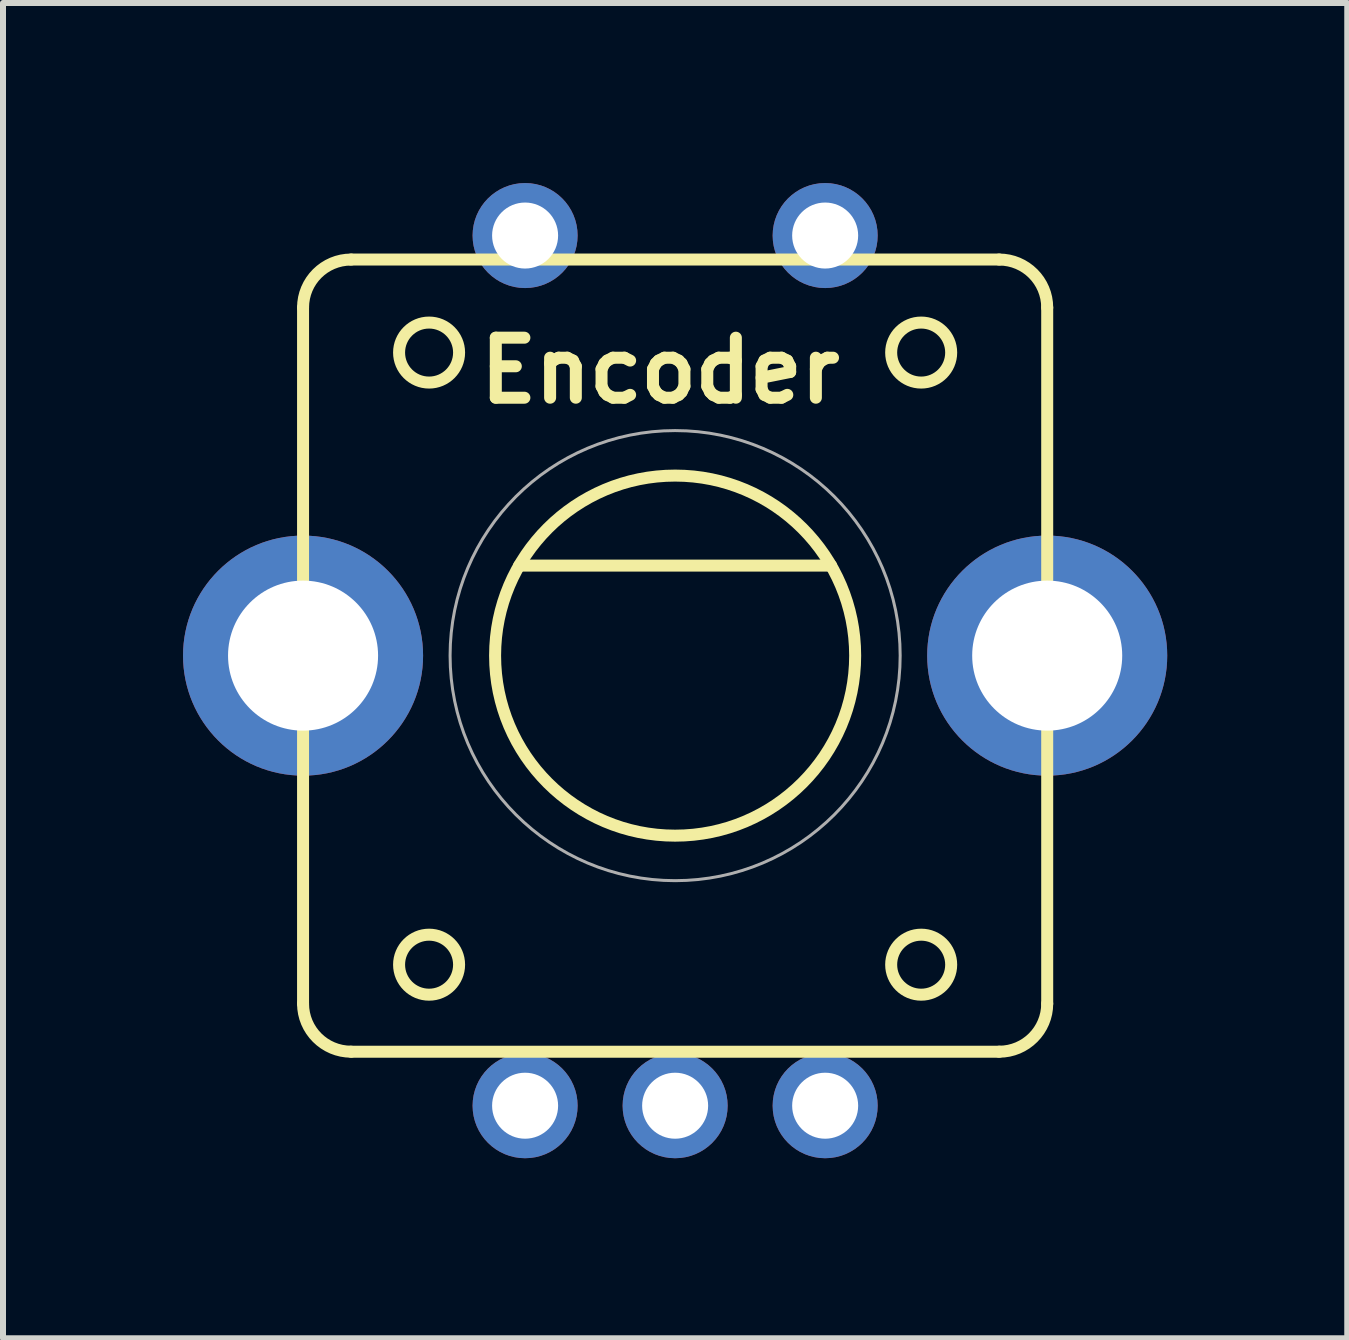
<source format=kicad_pcb>
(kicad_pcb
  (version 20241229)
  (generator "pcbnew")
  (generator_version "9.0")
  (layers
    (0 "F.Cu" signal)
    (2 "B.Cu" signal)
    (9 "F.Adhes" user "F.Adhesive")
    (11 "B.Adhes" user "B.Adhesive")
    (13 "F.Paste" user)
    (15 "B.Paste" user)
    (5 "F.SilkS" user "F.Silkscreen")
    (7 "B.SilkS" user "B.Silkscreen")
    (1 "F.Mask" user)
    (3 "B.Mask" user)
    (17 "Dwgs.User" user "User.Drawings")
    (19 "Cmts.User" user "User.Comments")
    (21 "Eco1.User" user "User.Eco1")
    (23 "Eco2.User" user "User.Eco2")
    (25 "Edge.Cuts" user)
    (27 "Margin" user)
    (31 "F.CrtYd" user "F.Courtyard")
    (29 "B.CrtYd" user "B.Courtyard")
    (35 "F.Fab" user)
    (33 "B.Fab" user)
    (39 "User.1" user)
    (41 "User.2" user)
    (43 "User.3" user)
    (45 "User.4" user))
  (footprint "Encoder"
    (layer "F.Cu")
    (at 8.2 7.875)
    (property "Reference" "Encoder" (at -0.25 -4.75 0) (layer "F.SilkS") (effects (font (size 1 1) (thickness 0.2))))
    (attr through_hole)
    (fp_line (start -6.2 5.8) (end -6.2 -5.8) (stroke (width 0.2) (type solid)) (layer "F.SilkS"))
    (fp_line (start -5.4 -6.6) (end 5.4 -6.6) (stroke (width 0.2) (type solid)) (layer "F.SilkS"))
    (fp_line (start -5.4 6.6) (end 5.4 6.6) (stroke (width 0.2) (type solid)) (layer "F.SilkS"))
    (fp_line (start -2.6 -1.5) (end 2.6 -1.5) (stroke (width 0.2) (type solid)) (layer "F.SilkS"))
    (fp_line (start 6.2 -5.8) (end 6.2 5.8) (stroke (width 0.2) (type solid)) (layer "F.SilkS"))
    (fp_arc (start -6.2 -5.8) (mid -5.965685 -6.365685) (end -5.4 -6.6) (stroke (width 0.2) (type solid)) (layer "F.SilkS"))
    (fp_arc (start -5.4 6.6) (mid -5.965685 6.365685) (end -6.2 5.8) (stroke (width 0.2) (type solid)) (layer "F.SilkS"))
    (fp_arc (start 5.4 -6.6) (mid 5.965685 -6.365685) (end 6.2 -5.8) (stroke (width 0.2) (type solid)) (layer "F.SilkS"))
    (fp_arc (start 6.2 5.8) (mid 5.965685 6.365685) (end 5.4 6.6) (stroke (width 0.2) (type solid)) (layer "F.SilkS"))
    (fp_circle (center -4.1 -5.05) (end -3.6 -5.05) (stroke (width 0.2) (type solid)) (fill no) (layer "F.SilkS"))
    (fp_circle (center -4.1 5.15) (end -3.6 5.15) (stroke (width 0.2) (type solid)) (fill no) (layer "F.SilkS"))
    (fp_circle (center 0 0) (end 3 0) (stroke (width 0.2) (type solid)) (fill no) (layer "F.SilkS"))
    (fp_circle (center 4.1 -5.05) (end 4.6 -5.05) (stroke (width 0.2) (type solid)) (fill no) (layer "F.SilkS"))
    (fp_circle (center 4.1 5.15) (end 4.6 5.15) (stroke (width 0.2) (type solid)) (fill no) (layer "F.SilkS"))
    (fp_circle (center 0 0) (end 3.75 0) (stroke (width 0.05) (type solid)) (fill no) (layer "F.Fab"))
    (pad "A" thru_hole circle (at -2.5 7.5) (size 1.75 1.75) (drill 1.1) (layers "*.Cu" "*.Mask"))
    (pad "B" thru_hole circle (at 2.5 7.5) (size 1.75 1.75) (drill 1.1) (layers "*.Cu" "*.Mask"))
    (pad "C" thru_hole circle (at 0 7.5) (size 1.75 1.75) (drill 1.1) (layers "*.Cu" "*.Mask"))
    (pad "SW1" thru_hole circle (at -2.5 -7) (size 1.75 1.75) (drill 1.1) (layers "*.Cu" "*.Mask"))
    (pad "SW2" thru_hole circle (at 2.5 -7) (size 1.75 1.75) (drill 1.1) (layers "*.Cu" "*.Mask"))
    (pad "body" thru_hole oval (at -6.2 0) (size 4 4) (drill 2.5) (layers "*.Cu" "*.Mask"))
    (pad "body" thru_hole oval (at 6.2 0) (size 4 4) (drill 2.5) (layers "*.Cu" "*.Mask")))
  (gr_rect
    (start -3 -3)
    (end 19.4 19.25)
    (stroke (width 0.1) (type default))
    (fill no)
    (layer "Edge.Cuts")))
</source>
